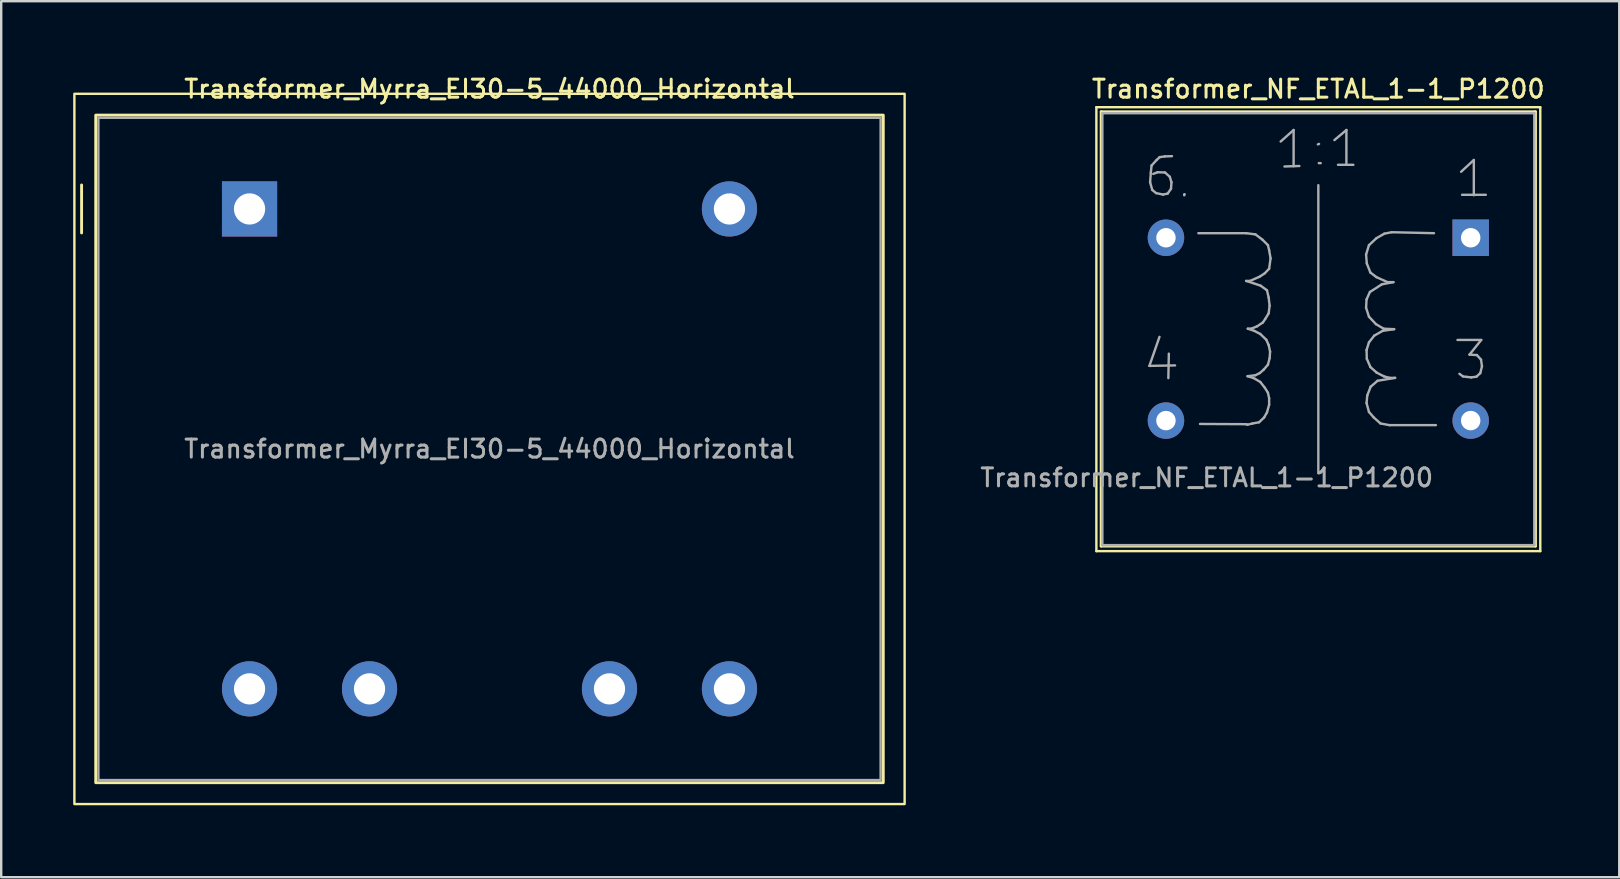
<source format=kicad_pcb>
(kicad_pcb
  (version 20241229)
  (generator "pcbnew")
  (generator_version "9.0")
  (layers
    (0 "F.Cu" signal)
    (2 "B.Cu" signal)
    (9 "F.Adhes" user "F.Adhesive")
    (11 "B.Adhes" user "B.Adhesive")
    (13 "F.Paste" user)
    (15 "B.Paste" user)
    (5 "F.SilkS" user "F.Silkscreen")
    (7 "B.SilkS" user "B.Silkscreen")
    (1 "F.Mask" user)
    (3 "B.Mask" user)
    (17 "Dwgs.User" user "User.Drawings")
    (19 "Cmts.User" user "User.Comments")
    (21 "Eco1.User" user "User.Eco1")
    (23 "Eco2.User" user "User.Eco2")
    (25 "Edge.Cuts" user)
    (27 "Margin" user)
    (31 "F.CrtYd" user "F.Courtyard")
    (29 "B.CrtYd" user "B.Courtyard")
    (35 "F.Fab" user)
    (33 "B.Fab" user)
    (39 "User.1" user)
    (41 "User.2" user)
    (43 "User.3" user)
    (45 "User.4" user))
  (footprint "Transformer_Myrra_EI30-5_44000_Horizontal"
    (layer "F.Cu")
    (at 7.35 5.658)
    (property "Reference" "Transformer_Myrra_EI30-5_44000_Horizontal" (at 10 -5 0) (layer "F.SilkS") (effects (font (size 0.75 0.75) (thickness 0.125))))
    (attr through_hole)
    (fp_line (start -7 -1) (end -7 1) (stroke (width 0.12) (type default)) (layer "F.SilkS"))
    (fp_rect (start 26.41 23.91) (end -6.41 -3.91) (stroke (width 0.12) (type default)) (fill no) (layer "F.SilkS"))
    (fp_rect (start 27.3 24.8) (end -7.3 -4.8) (stroke (width 0.1) (type default)) (fill no) (layer "F.SilkS"))
    (fp_rect (start 26.3 23.8) (end -6.3 -3.8) (stroke (width 0.1) (type default)) (fill no) (layer "F.Fab"))
    (fp_text user "${REFERENCE}" (at 10 10 0) (layer "F.Fab") (effects (font (size 0.75 0.75) (thickness 0.125))))
    (pad "1" thru_hole rect (at 0 0) (size 2.3 2.3) (drill 1.3) (layers "*.Cu" "*.Mask"))
    (pad "5" thru_hole circle (at 20 0) (size 2.3 2.3) (drill 1.3) (layers "*.Cu" "*.Mask"))
    (pad "6" thru_hole circle (at 20 20) (size 2.3 2.3) (drill 1.3) (layers "*.Cu" "*.Mask"))
    (pad "7" thru_hole circle (at 15 20) (size 2.3 2.3) (drill 1.3) (layers "*.Cu" "*.Mask"))
    (pad "9" thru_hole circle (at 5 20) (size 2.3 2.3) (drill 1.3) (layers "*.Cu" "*.Mask"))
    (pad "10" thru_hole circle (at 0 20) (size 2.3 2.3) (drill 1.3) (layers "*.Cu" "*.Mask")))
  (footprint "Transformer_NF_ETAL_1-1_P1200"
    (layer "F.Cu")
    (at 58.241 6.858)
    (property "Reference" "Transformer_NF_ETAL_1-1_P1200" (at -6.35 -6.2 0) (layer "F.SilkS") (effects (font (size 0.75 0.75) (thickness 0.125))))
    (attr through_hole)
    (fp_line (start -15.6 -5.44) (end -15.6 13.06) (stroke (width 0.1) (type solid)) (layer "F.SilkS"))
    (fp_line (start -15.6 -5.44) (end 2.9 -5.44) (stroke (width 0.1) (type solid)) (layer "F.SilkS"))
    (fp_line (start -15.4 -5.25) (end 2.7 -5.25) (stroke (width 0.12) (type solid)) (layer "F.SilkS"))
    (fp_line (start -15.4 12.85) (end -15.4 -5.25) (stroke (width 0.12) (type solid)) (layer "F.SilkS"))
    (fp_line (start 2.7 -5.25) (end 2.7 12.85) (stroke (width 0.12) (type solid)) (layer "F.SilkS"))
    (fp_line (start 2.7 12.85) (end -15.4 12.85) (stroke (width 0.12) (type solid)) (layer "F.SilkS"))
    (fp_line (start 2.9 13.06) (end -15.6 13.06) (stroke (width 0.1) (type solid)) (layer "F.SilkS"))
    (fp_line (start 2.9 13.06) (end 2.9 -5.44) (stroke (width 0.1) (type solid)) (layer "F.SilkS"))
    (fp_line (start -15.35 -5.19) (end -15.35 12.81) (stroke (width 0.1) (type solid)) (layer "F.Fab"))
    (fp_line (start -15.35 12.81) (end 2.65 12.81) (stroke (width 0.1) (type solid)) (layer "F.Fab"))
    (fp_line (start -13.39 5.34) (end -12.32 5.32) (stroke (width 0.1) (type solid)) (layer "F.Fab"))
    (fp_line (start -13.36 -2.31) (end -13.27 -1.99) (stroke (width 0.1) (type solid)) (layer "F.Fab"))
    (fp_line (start -13.33 -2.72) (end -13.36 -2.31) (stroke (width 0.1) (type solid)) (layer "F.Fab"))
    (fp_line (start -13.3 -3.01) (end -13.33 -2.72) (stroke (width 0.1) (type solid)) (layer "F.Fab"))
    (fp_line (start -13.27 -1.99) (end -13.11 -1.86) (stroke (width 0.1) (type solid)) (layer "F.Fab"))
    (fp_line (start -13.11 -1.86) (end -12.82 -1.8) (stroke (width 0.1) (type solid)) (layer "F.Fab"))
    (fp_line (start -13.09 -3.24) (end -13.3 -3.01) (stroke (width 0.1) (type solid)) (layer "F.Fab"))
    (fp_line (start -13.05 -2.73) (end -13.23 -2.66) (stroke (width 0.1) (type solid)) (layer "F.Fab"))
    (fp_line (start -12.97 4.13) (end -13.39 5.34) (stroke (width 0.1) (type solid)) (layer "F.Fab"))
    (fp_line (start -12.96 -3.36) (end -13.09 -3.24) (stroke (width 0.1) (type solid)) (layer "F.Fab"))
    (fp_line (start -12.82 -1.8) (end -12.63 -1.84) (stroke (width 0.1) (type solid)) (layer "F.Fab"))
    (fp_line (start -12.75 -3.39) (end -12.96 -3.36) (stroke (width 0.1) (type solid)) (layer "F.Fab"))
    (fp_line (start -12.74 -2.72) (end -13.05 -2.73) (stroke (width 0.1) (type solid)) (layer "F.Fab"))
    (fp_line (start -12.63 -1.84) (end -12.49 -2.04) (stroke (width 0.1) (type solid)) (layer "F.Fab"))
    (fp_line (start -12.58 4.83) (end -12.6 5.85) (stroke (width 0.1) (type solid)) (layer "F.Fab"))
    (fp_line (start -12.54 -2.54) (end -12.74 -2.72) (stroke (width 0.1) (type solid)) (layer "F.Fab"))
    (fp_line (start -12.49 -2.04) (end -12.47 -2.31) (stroke (width 0.1) (type solid)) (layer "F.Fab"))
    (fp_line (start -12.47 -2.31) (end -12.54 -2.54) (stroke (width 0.1) (type solid)) (layer "F.Fab"))
    (fp_line (start -12.45 -3.4) (end -12.75 -3.39) (stroke (width 0.1) (type solid)) (layer "F.Fab"))
    (fp_line (start -11.94 -1.77) (end -11.93 -1.81) (stroke (width 0.1) (type solid)) (layer "F.Fab"))
    (fp_line (start -11.93 -1.81) (end -11.93 -1.8) (stroke (width 0.1) (type solid)) (layer "F.Fab"))
    (fp_line (start -11.35 -0.19) (end -9.35 -0.19) (stroke (width 0.1) (type solid)) (layer "F.Fab"))
    (fp_line (start -9.36 1.8) (end -9.07 1.89) (stroke (width 0.1) (type solid)) (layer "F.Fab"))
    (fp_line (start -9.36 7.77) (end -11.28 7.76) (stroke (width 0.1) (type solid)) (layer "F.Fab"))
    (fp_line (start -9.35 -0.19) (end -8.97 -0.14) (stroke (width 0.1) (type solid)) (layer "F.Fab"))
    (fp_line (start -9.3 5.77) (end -9.04 5.85) (stroke (width 0.1) (type solid)) (layer "F.Fab"))
    (fp_line (start -9.3 7.79) (end -9.36 7.77) (stroke (width 0.1) (type solid)) (layer "F.Fab"))
    (fp_line (start -9.29 3.79) (end -9.02 3.88) (stroke (width 0.1) (type solid)) (layer "F.Fab"))
    (fp_line (start -9.2 1.8) (end -9.36 1.8) (stroke (width 0.1) (type solid)) (layer "F.Fab"))
    (fp_line (start -9.14 3.79) (end -9.29 3.79) (stroke (width 0.1) (type solid)) (layer "F.Fab"))
    (fp_line (start -9.09 7.74) (end -9.3 7.79) (stroke (width 0.1) (type solid)) (layer "F.Fab"))
    (fp_line (start -9.07 1.89) (end -8.75 2) (stroke (width 0.1) (type solid)) (layer "F.Fab"))
    (fp_line (start -9.04 5.85) (end -8.77 6.01) (stroke (width 0.1) (type solid)) (layer "F.Fab"))
    (fp_line (start -9.02 3.88) (end -8.77 4.01) (stroke (width 0.1) (type solid)) (layer "F.Fab"))
    (fp_line (start -8.97 -0.14) (end -8.68 0.08) (stroke (width 0.1) (type solid)) (layer "F.Fab"))
    (fp_line (start -8.97 5.73) (end -9.3 5.77) (stroke (width 0.1) (type solid)) (layer "F.Fab"))
    (fp_line (start -8.9 3.69) (end -9.14 3.79) (stroke (width 0.1) (type solid)) (layer "F.Fab"))
    (fp_line (start -8.82 7.69) (end -9.09 7.74) (stroke (width 0.1) (type solid)) (layer "F.Fab"))
    (fp_line (start -8.79 1.62) (end -9.2 1.8) (stroke (width 0.1) (type solid)) (layer "F.Fab"))
    (fp_line (start -8.79 5.64) (end -8.97 5.73) (stroke (width 0.1) (type solid)) (layer "F.Fab"))
    (fp_line (start -8.77 4.01) (end -8.52 4.25) (stroke (width 0.1) (type solid)) (layer "F.Fab"))
    (fp_line (start -8.77 6.01) (end -8.58 6.25) (stroke (width 0.1) (type solid)) (layer "F.Fab"))
    (fp_line (start -8.75 2) (end -8.49 2.19) (stroke (width 0.1) (type solid)) (layer "F.Fab"))
    (fp_line (start -8.68 0.08) (end -8.45 0.31) (stroke (width 0.1) (type solid)) (layer "F.Fab"))
    (fp_line (start -8.66 3.53) (end -8.9 3.69) (stroke (width 0.1) (type solid)) (layer "F.Fab"))
    (fp_line (start -8.63 5.5) (end -8.79 5.64) (stroke (width 0.1) (type solid)) (layer "F.Fab"))
    (fp_line (start -8.61 7.49) (end -8.82 7.69) (stroke (width 0.1) (type solid)) (layer "F.Fab"))
    (fp_line (start -8.58 1.48) (end -8.79 1.62) (stroke (width 0.1) (type solid)) (layer "F.Fab"))
    (fp_line (start -8.58 6.25) (end -8.45 6.46) (stroke (width 0.1) (type solid)) (layer "F.Fab"))
    (fp_line (start -8.56 3.38) (end -8.66 3.53) (stroke (width 0.1) (type solid)) (layer "F.Fab"))
    (fp_line (start -8.52 4.25) (end -8.42 4.47) (stroke (width 0.1) (type solid)) (layer "F.Fab"))
    (fp_line (start -8.49 2.19) (end -8.42 2.49) (stroke (width 0.1) (type solid)) (layer "F.Fab"))
    (fp_line (start -8.49 7.28) (end -8.61 7.49) (stroke (width 0.1) (type solid)) (layer "F.Fab"))
    (fp_line (start -8.45 0.31) (end -8.4 0.52) (stroke (width 0.1) (type solid)) (layer "F.Fab"))
    (fp_line (start -8.45 5.29) (end -8.63 5.5) (stroke (width 0.1) (type solid)) (layer "F.Fab"))
    (fp_line (start -8.45 6.46) (end -8.4 6.69) (stroke (width 0.1) (type solid)) (layer "F.Fab"))
    (fp_line (start -8.42 2.49) (end -8.38 2.83) (stroke (width 0.1) (type solid)) (layer "F.Fab"))
    (fp_line (start -8.42 3.15) (end -8.56 3.38) (stroke (width 0.1) (type solid)) (layer "F.Fab"))
    (fp_line (start -8.42 4.47) (end -8.36 4.75) (stroke (width 0.1) (type solid)) (layer "F.Fab"))
    (fp_line (start -8.4 0.52) (end -8.34 0.86) (stroke (width 0.1) (type solid)) (layer "F.Fab"))
    (fp_line (start -8.4 1.29) (end -8.58 1.48) (stroke (width 0.1) (type solid)) (layer "F.Fab"))
    (fp_line (start -8.4 6.69) (end -8.4 6.96) (stroke (width 0.1) (type solid)) (layer "F.Fab"))
    (fp_line (start -8.4 6.96) (end -8.49 7.28) (stroke (width 0.1) (type solid)) (layer "F.Fab"))
    (fp_line (start -8.38 2.83) (end -8.42 3.15) (stroke (width 0.1) (type solid)) (layer "F.Fab"))
    (fp_line (start -8.38 5.02) (end -8.45 5.29) (stroke (width 0.1) (type solid)) (layer "F.Fab"))
    (fp_line (start -8.36 4.75) (end -8.38 5.02) (stroke (width 0.1) (type solid)) (layer "F.Fab"))
    (fp_line (start -8.34 0.86) (end -8.4 1.29) (stroke (width 0.1) (type solid)) (layer "F.Fab"))
    (fp_line (start -7.92 -4.01) (end -7.38 -4.49) (stroke (width 0.1) (type solid)) (layer "F.Fab"))
    (fp_line (start -7.76 -2.97) (end -7.14 -2.99) (stroke (width 0.1) (type solid)) (layer "F.Fab"))
    (fp_line (start -7.38 -4.49) (end -7.38 -2.98) (stroke (width 0.1) (type solid)) (layer "F.Fab"))
    (fp_line (start -6.35 -2.19) (end -6.35 9.81) (stroke (width 0.1) (type solid)) (layer "F.Fab"))
    (fp_line (start -6.32 -3.91) (end -6.37 -3.89) (stroke (width 0.1) (type solid)) (layer "F.Fab"))
    (fp_line (start -6.25 -3.11) (end -6.33 -3.11) (stroke (width 0.1) (type solid)) (layer "F.Fab"))
    (fp_line (start -5.68 -4.07) (end -5.18 -4.49) (stroke (width 0.1) (type solid)) (layer "F.Fab"))
    (fp_line (start -5.53 -3.04) (end -4.89 -3.04) (stroke (width 0.1) (type solid)) (layer "F.Fab"))
    (fp_line (start -5.18 -4.49) (end -5.18 -3.04) (stroke (width 0.1) (type solid)) (layer "F.Fab"))
    (fp_line (start -4.36 0.7) (end -4.33 1.07) (stroke (width 0.1) (type solid)) (layer "F.Fab"))
    (fp_line (start -4.36 2.92) (end -4.24 3.29) (stroke (width 0.1) (type solid)) (layer "F.Fab"))
    (fp_line (start -4.34 2.57) (end -4.36 2.92) (stroke (width 0.1) (type solid)) (layer "F.Fab"))
    (fp_line (start -4.34 4.68) (end -4.33 5.04) (stroke (width 0.1) (type solid)) (layer "F.Fab"))
    (fp_line (start -4.34 6.89) (end -4.24 7.26) (stroke (width 0.1) (type solid)) (layer "F.Fab"))
    (fp_line (start -4.33 1.07) (end -4.18 1.45) (stroke (width 0.1) (type solid)) (layer "F.Fab"))
    (fp_line (start -4.33 5.04) (end -4.18 5.39) (stroke (width 0.1) (type solid)) (layer "F.Fab"))
    (fp_line (start -4.31 6.57) (end -4.34 6.89) (stroke (width 0.1) (type solid)) (layer "F.Fab"))
    (fp_line (start -4.24 0.31) (end -4.36 0.7) (stroke (width 0.1) (type solid)) (layer "F.Fab"))
    (fp_line (start -4.24 3.29) (end -3.95 3.6) (stroke (width 0.1) (type solid)) (layer "F.Fab"))
    (fp_line (start -4.24 4.36) (end -4.34 4.68) (stroke (width 0.1) (type solid)) (layer "F.Fab"))
    (fp_line (start -4.24 7.26) (end -4.04 7.49) (stroke (width 0.1) (type solid)) (layer "F.Fab"))
    (fp_line (start -4.2 2.26) (end -4.34 2.57) (stroke (width 0.1) (type solid)) (layer "F.Fab"))
    (fp_line (start -4.18 1.45) (end -3.93 1.64) (stroke (width 0.1) (type solid)) (layer "F.Fab"))
    (fp_line (start -4.18 5.39) (end -3.92 5.62) (stroke (width 0.1) (type solid)) (layer "F.Fab"))
    (fp_line (start -4.17 6.21) (end -4.31 6.57) (stroke (width 0.1) (type solid)) (layer "F.Fab"))
    (fp_line (start -4.04 7.49) (end -3.76 7.74) (stroke (width 0.1) (type solid)) (layer "F.Fab"))
    (fp_line (start -4.02 4.08) (end -4.24 4.36) (stroke (width 0.1) (type solid)) (layer "F.Fab"))
    (fp_line (start -3.95 3.6) (end -3.63 3.79) (stroke (width 0.1) (type solid)) (layer "F.Fab"))
    (fp_line (start -3.93 0.02) (end -4.24 0.31) (stroke (width 0.1) (type solid)) (layer "F.Fab"))
    (fp_line (start -3.93 1.64) (end -3.47 1.85) (stroke (width 0.1) (type solid)) (layer "F.Fab"))
    (fp_line (start -3.92 5.62) (end -3.61 5.78) (stroke (width 0.1) (type solid)) (layer "F.Fab"))
    (fp_line (start -3.88 5.96) (end -4.17 6.21) (stroke (width 0.1) (type solid)) (layer "F.Fab"))
    (fp_line (start -3.76 7.74) (end -3.38 7.81) (stroke (width 0.1) (type solid)) (layer "F.Fab"))
    (fp_line (start -3.7 1.94) (end -4.2 2.26) (stroke (width 0.1) (type solid)) (layer "F.Fab"))
    (fp_line (start -3.67 3.88) (end -4.02 4.08) (stroke (width 0.1) (type solid)) (layer "F.Fab"))
    (fp_line (start -3.63 3.79) (end -3.19 3.81) (stroke (width 0.1) (type solid)) (layer "F.Fab"))
    (fp_line (start -3.61 5.78) (end -3.37 5.84) (stroke (width 0.1) (type solid)) (layer "F.Fab"))
    (fp_line (start -3.6 -0.17) (end -3.93 0.02) (stroke (width 0.1) (type solid)) (layer "F.Fab"))
    (fp_line (start -3.47 1.85) (end -3.22 1.85) (stroke (width 0.1) (type solid)) (layer "F.Fab"))
    (fp_line (start -3.38 7.81) (end -1.45 7.81) (stroke (width 0.1) (type solid)) (layer "F.Fab"))
    (fp_line (start -3.37 5.84) (end -3.15 5.84) (stroke (width 0.1) (type solid)) (layer "F.Fab"))
    (fp_line (start -3.29 -0.23) (end -3.6 -0.17) (stroke (width 0.1) (type solid)) (layer "F.Fab"))
    (fp_line (start -3.22 1.85) (end -3.7 1.94) (stroke (width 0.1) (type solid)) (layer "F.Fab"))
    (fp_line (start -3.19 3.81) (end -3.67 3.88) (stroke (width 0.1) (type solid)) (layer "F.Fab"))
    (fp_line (start -3.15 5.84) (end -3.88 5.96) (stroke (width 0.1) (type solid)) (layer "F.Fab"))
    (fp_line (start -1.53 -0.19) (end -3.29 -0.23) (stroke (width 0.1) (type solid)) (layer "F.Fab"))
    (fp_line (start -0.55 4.26) (end 0.44 4.26) (stroke (width 0.1) (type solid)) (layer "F.Fab"))
    (fp_line (start -0.4 -2.75) (end 0.13 -3.24) (stroke (width 0.1) (type solid)) (layer "F.Fab"))
    (fp_line (start -0.36 -1.79) (end 0.63 -1.79) (stroke (width 0.1) (type solid)) (layer "F.Fab"))
    (fp_line (start -0.32 5.78) (end -0.47 5.67) (stroke (width 0.1) (type solid)) (layer "F.Fab"))
    (fp_line (start -0.16 5.8) (end -0.32 5.78) (stroke (width 0.1) (type solid)) (layer "F.Fab"))
    (fp_line (start -0.05 4.87) (end 0.26 4.89) (stroke (width 0.1) (type solid)) (layer "F.Fab"))
    (fp_line (start 0.02 5.82) (end -0.16 5.8) (stroke (width 0.1) (type solid)) (layer "F.Fab"))
    (fp_line (start 0.13 -3.24) (end 0.13 -1.77) (stroke (width 0.1) (type solid)) (layer "F.Fab"))
    (fp_line (start 0.24 5.79) (end 0.02 5.82) (stroke (width 0.1) (type solid)) (layer "F.Fab"))
    (fp_line (start 0.26 4.89) (end 0.43 5.08) (stroke (width 0.1) (type solid)) (layer "F.Fab"))
    (fp_line (start 0.4 5.64) (end 0.24 5.79) (stroke (width 0.1) (type solid)) (layer "F.Fab"))
    (fp_line (start 0.43 5.08) (end 0.47 5.36) (stroke (width 0.1) (type solid)) (layer "F.Fab"))
    (fp_line (start 0.44 4.26) (end -0.05 4.87) (stroke (width 0.1) (type solid)) (layer "F.Fab"))
    (fp_line (start 0.47 5.36) (end 0.4 5.64) (stroke (width 0.1) (type solid)) (layer "F.Fab"))
    (fp_line (start 2.65 -5.19) (end -15.35 -5.19) (stroke (width 0.1) (type solid)) (layer "F.Fab"))
    (fp_line (start 2.65 12.81) (end 2.65 -5.19) (stroke (width 0.1) (type solid)) (layer "F.Fab"))
    (fp_text user "${REFERENCE}" (at -11 10 0) (layer "F.Fab") (effects (font (size 0.75 0.75) (thickness 0.125))))
    (pad "1" thru_hole rect (at 0 0) (size 1.52 1.52) (drill 0.81) (layers "*.Cu" "*.Mask"))
    (pad "3" thru_hole circle (at 0 7.62) (size 1.52 1.52) (drill 0.81) (layers "*.Cu" "*.Mask"))
    (pad "4" thru_hole circle (at -12.7 7.62) (size 1.52 1.52) (drill 0.81) (layers "*.Cu" "*.Mask"))
    (pad "6" thru_hole circle (at -12.7 0) (size 1.52 1.52) (drill 0.81) (layers "*.Cu" "*.Mask")))
  (gr_rect
    (start -3 -3)
    (end 64.432 33.508)
    (stroke (width 0.1) (type default))
    (fill no)
    (layer "Edge.Cuts")))
</source>
